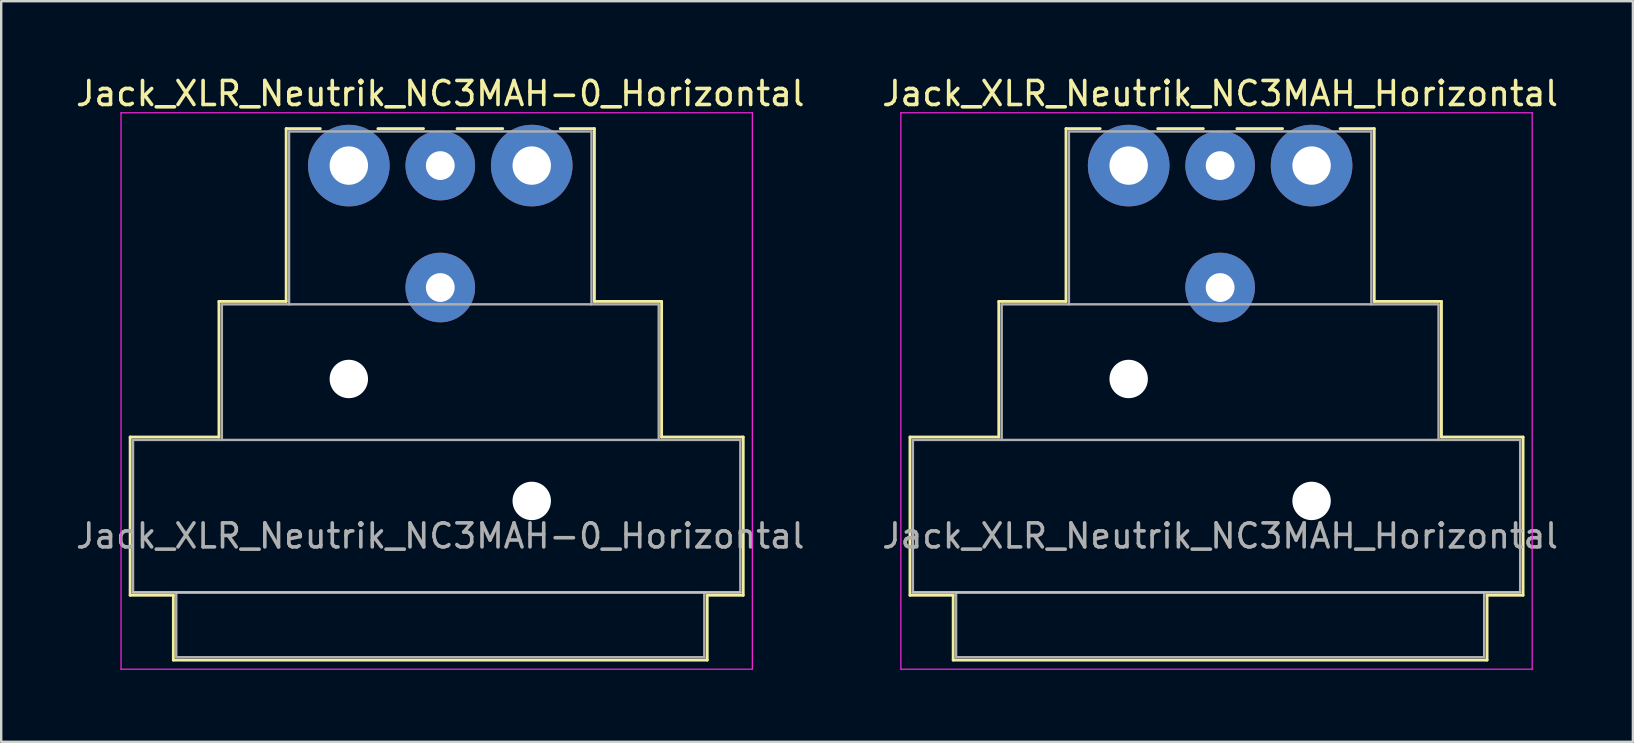
<source format=kicad_pcb>
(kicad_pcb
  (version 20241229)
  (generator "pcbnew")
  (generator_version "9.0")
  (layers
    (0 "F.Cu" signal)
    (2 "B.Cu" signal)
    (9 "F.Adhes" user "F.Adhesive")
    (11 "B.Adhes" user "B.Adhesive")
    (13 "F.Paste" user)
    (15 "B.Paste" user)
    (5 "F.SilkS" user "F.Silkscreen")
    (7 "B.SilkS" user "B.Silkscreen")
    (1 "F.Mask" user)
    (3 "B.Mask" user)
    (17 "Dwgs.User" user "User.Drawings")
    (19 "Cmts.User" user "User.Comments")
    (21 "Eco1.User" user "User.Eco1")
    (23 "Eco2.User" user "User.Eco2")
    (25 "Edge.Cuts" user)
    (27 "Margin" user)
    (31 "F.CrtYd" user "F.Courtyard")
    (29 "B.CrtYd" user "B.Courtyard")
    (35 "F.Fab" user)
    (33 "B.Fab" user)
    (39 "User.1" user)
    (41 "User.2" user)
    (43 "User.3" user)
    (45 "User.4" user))
  (footprint "Jack_XLR_Neutrik_NC3MAH_Horizontal"
    (layer "F.Cu")
    (at 43.97 3.848)
    (property "Reference" "Jack_XLR_Neutrik_NC3MAH_Horizontal" (at 3.81 -3 0) (layer "F.SilkS") (effects (font (size 1 1) (thickness 0.15))))
    (attr through_hole)
    (fp_line (start -9.11 11.31) (end -5.41 11.31) (stroke (width 0.12) (type solid)) (layer "F.SilkS"))
    (fp_line (start -9.11 17.9) (end -9.11 11.31) (stroke (width 0.12) (type solid)) (layer "F.SilkS"))
    (fp_line (start -7.31 17.9) (end -9.11 17.9) (stroke (width 0.12) (type solid)) (layer "F.SilkS"))
    (fp_line (start -7.31 17.9) (end -7.31 20.6) (stroke (width 0.12) (type solid)) (layer "F.SilkS"))
    (fp_line (start -5.41 11.31) (end -5.41 5.66) (stroke (width 0.12) (type solid)) (layer "F.SilkS"))
    (fp_line (start -2.61 5.66) (end -5.41 5.66) (stroke (width 0.12) (type solid)) (layer "F.SilkS"))
    (fp_line (start -2.61 5.66) (end -2.61 -1.54) (stroke (width 0.12) (type solid)) (layer "F.SilkS"))
    (fp_line (start -1.19 -1.54) (end -2.61 -1.54) (stroke (width 0.12) (type solid)) (layer "F.SilkS"))
    (fp_line (start 3.11 -1.54) (end 1.21 -1.54) (stroke (width 0.12) (type solid)) (layer "F.SilkS"))
    (fp_line (start 4.51 -1.54) (end 6.41 -1.54) (stroke (width 0.12) (type solid)) (layer "F.SilkS"))
    (fp_line (start 10.23 -1.54) (end 8.81 -1.54) (stroke (width 0.12) (type solid)) (layer "F.SilkS"))
    (fp_line (start 10.23 5.66) (end 10.23 -1.54) (stroke (width 0.12) (type solid)) (layer "F.SilkS"))
    (fp_line (start 10.23 5.66) (end 13.03 5.66) (stroke (width 0.12) (type solid)) (layer "F.SilkS"))
    (fp_line (start 13.03 11.31) (end 13.03 5.66) (stroke (width 0.12) (type solid)) (layer "F.SilkS"))
    (fp_line (start 13.03 11.31) (end 16.43 11.31) (stroke (width 0.12) (type solid)) (layer "F.SilkS"))
    (fp_line (start 14.93 17.9) (end 14.93 20.6) (stroke (width 0.12) (type solid)) (layer "F.SilkS"))
    (fp_line (start 14.93 20.6) (end -7.31 20.6) (stroke (width 0.12) (type solid)) (layer "F.SilkS"))
    (fp_line (start 16.43 17.9) (end 14.93 17.9) (stroke (width 0.12) (type solid)) (layer "F.SilkS"))
    (fp_line (start 16.43 17.9) (end 16.43 11.31) (stroke (width 0.12) (type solid)) (layer "F.SilkS"))
    (fp_line (start 16.31 17.78) (end -8.99 17.78) (stroke (width 0.1) (type solid)) (layer "Dwgs.User"))
    (fp_line (start -9.49 20.98) (end -9.49 -2.2) (stroke (width 0.05) (type solid)) (layer "F.CrtYd"))
    (fp_line (start 16.81 -2.2) (end -9.49 -2.2) (stroke (width 0.05) (type solid)) (layer "F.CrtYd"))
    (fp_line (start 16.81 20.98) (end -9.49 20.98) (stroke (width 0.05) (type solid)) (layer "F.CrtYd"))
    (fp_line (start 16.81 20.98) (end 16.81 -2.2) (stroke (width 0.05) (type solid)) (layer "F.CrtYd"))
    (fp_line (start -8.99 11.43) (end 16.31 11.43) (stroke (width 0.1) (type solid)) (layer "F.Fab"))
    (fp_line (start -8.99 17.78) (end -8.99 11.43) (stroke (width 0.1) (type solid)) (layer "F.Fab"))
    (fp_line (start -7.19 20.48) (end -7.19 17.78) (stroke (width 0.1) (type solid)) (layer "F.Fab"))
    (fp_line (start -5.29 5.78) (end -5.29 11.43) (stroke (width 0.1) (type solid)) (layer "F.Fab"))
    (fp_line (start -5.29 5.78) (end 12.91 5.78) (stroke (width 0.1) (type solid)) (layer "F.Fab"))
    (fp_line (start -2.49 5.78) (end -2.49 -1.42) (stroke (width 0.1) (type solid)) (layer "F.Fab"))
    (fp_line (start 10.11 -1.42) (end -2.49 -1.42) (stroke (width 0.1) (type solid)) (layer "F.Fab"))
    (fp_line (start 10.11 5.78) (end 10.11 -1.42) (stroke (width 0.1) (type solid)) (layer "F.Fab"))
    (fp_line (start 12.91 11.43) (end 12.91 5.78) (stroke (width 0.1) (type solid)) (layer "F.Fab"))
    (fp_line (start 14.81 17.78) (end 14.81 20.48) (stroke (width 0.1) (type solid)) (layer "F.Fab"))
    (fp_line (start 14.81 20.48) (end -7.19 20.48) (stroke (width 0.1) (type solid)) (layer "F.Fab"))
    (fp_line (start 16.31 11.43) (end 16.31 17.78) (stroke (width 0.1) (type solid)) (layer "F.Fab"))
    (fp_line (start 16.31 17.78) (end -8.99 17.78) (stroke (width 0.1) (type solid)) (layer "F.Fab"))
    (fp_text user "${REFERENCE}" (at 3.81 15.43 0) (layer "F.Fab") (effects (font (size 1 1) (thickness 0.15))))
    (pad "" np_thru_hole circle (at 0 8.89) (size 1.6 1.6) (drill 1.6) (layers "*.Cu" "*.Mask"))
    (pad "" np_thru_hole circle (at 7.62 13.97) (size 1.6 1.6) (drill 1.6) (layers "*.Cu" "*.Mask"))
    (pad "1" thru_hole circle (at 0 0) (size 3.4 3.4) (drill 1.6) (layers "*.Cu" "*.Mask"))
    (pad "2" thru_hole circle (at 7.62 0) (size 3.4 3.4) (drill 1.6) (layers "*.Cu" "*.Mask"))
    (pad "3" thru_hole circle (at 3.81 0) (size 2.9 2.9) (drill 1.2) (layers "*.Cu" "*.Mask"))
    (pad "G" thru_hole circle (at 3.81 5.08) (size 2.9 2.9) (drill 1.2) (layers "*.Cu" "*.Mask")))
  (footprint "Jack_XLR_Neutrik_NC3MAH-0_Horizontal"
    (layer "F.Cu")
    (at 11.482 3.848)
    (property "Reference" "Jack_XLR_Neutrik_NC3MAH-0_Horizontal" (at 3.81 -3 0) (layer "F.SilkS") (effects (font (size 1 1) (thickness 0.15))))
    (attr through_hole)
    (fp_line (start -9.11 11.31) (end -5.41 11.31) (stroke (width 0.12) (type solid)) (layer "F.SilkS"))
    (fp_line (start -9.11 17.9) (end -9.11 11.31) (stroke (width 0.12) (type solid)) (layer "F.SilkS"))
    (fp_line (start -7.31 17.9) (end -9.11 17.9) (stroke (width 0.12) (type solid)) (layer "F.SilkS"))
    (fp_line (start -7.31 17.9) (end -7.31 20.6) (stroke (width 0.12) (type solid)) (layer "F.SilkS"))
    (fp_line (start -5.41 11.31) (end -5.41 5.66) (stroke (width 0.12) (type solid)) (layer "F.SilkS"))
    (fp_line (start -2.61 5.66) (end -5.41 5.66) (stroke (width 0.12) (type solid)) (layer "F.SilkS"))
    (fp_line (start -2.61 5.66) (end -2.61 -1.54) (stroke (width 0.12) (type solid)) (layer "F.SilkS"))
    (fp_line (start -1.19 -1.54) (end -2.61 -1.54) (stroke (width 0.12) (type solid)) (layer "F.SilkS"))
    (fp_line (start 3.11 -1.54) (end 1.21 -1.54) (stroke (width 0.12) (type solid)) (layer "F.SilkS"))
    (fp_line (start 4.51 -1.54) (end 6.41 -1.54) (stroke (width 0.12) (type solid)) (layer "F.SilkS"))
    (fp_line (start 10.23 -1.54) (end 8.81 -1.54) (stroke (width 0.12) (type solid)) (layer "F.SilkS"))
    (fp_line (start 10.23 5.66) (end 10.23 -1.54) (stroke (width 0.12) (type solid)) (layer "F.SilkS"))
    (fp_line (start 10.23 5.66) (end 13.03 5.66) (stroke (width 0.12) (type solid)) (layer "F.SilkS"))
    (fp_line (start 13.03 11.31) (end 13.03 5.66) (stroke (width 0.12) (type solid)) (layer "F.SilkS"))
    (fp_line (start 13.03 11.31) (end 16.43 11.31) (stroke (width 0.12) (type solid)) (layer "F.SilkS"))
    (fp_line (start 14.93 17.9) (end 14.93 20.6) (stroke (width 0.12) (type solid)) (layer "F.SilkS"))
    (fp_line (start 14.93 20.6) (end -7.31 20.6) (stroke (width 0.12) (type solid)) (layer "F.SilkS"))
    (fp_line (start 16.43 17.9) (end 14.93 17.9) (stroke (width 0.12) (type solid)) (layer "F.SilkS"))
    (fp_line (start 16.43 17.9) (end 16.43 11.31) (stroke (width 0.12) (type solid)) (layer "F.SilkS"))
    (fp_line (start 16.31 17.78) (end -8.99 17.78) (stroke (width 0.1) (type solid)) (layer "Dwgs.User"))
    (fp_line (start -9.49 20.98) (end -9.49 -2.2) (stroke (width 0.05) (type solid)) (layer "F.CrtYd"))
    (fp_line (start 16.81 -2.2) (end -9.49 -2.2) (stroke (width 0.05) (type solid)) (layer "F.CrtYd"))
    (fp_line (start 16.81 20.98) (end -9.49 20.98) (stroke (width 0.05) (type solid)) (layer "F.CrtYd"))
    (fp_line (start 16.81 20.98) (end 16.81 -2.2) (stroke (width 0.05) (type solid)) (layer "F.CrtYd"))
    (fp_line (start -8.99 11.43) (end 16.31 11.43) (stroke (width 0.1) (type solid)) (layer "F.Fab"))
    (fp_line (start -8.99 17.78) (end -8.99 11.43) (stroke (width 0.1) (type solid)) (layer "F.Fab"))
    (fp_line (start -7.19 20.48) (end -7.19 17.78) (stroke (width 0.1) (type solid)) (layer "F.Fab"))
    (fp_line (start -5.29 5.78) (end -5.29 11.43) (stroke (width 0.1) (type solid)) (layer "F.Fab"))
    (fp_line (start -5.29 5.78) (end 12.91 5.78) (stroke (width 0.1) (type solid)) (layer "F.Fab"))
    (fp_line (start -2.49 5.78) (end -2.49 -1.42) (stroke (width 0.1) (type solid)) (layer "F.Fab"))
    (fp_line (start 10.11 -1.42) (end -2.49 -1.42) (stroke (width 0.1) (type solid)) (layer "F.Fab"))
    (fp_line (start 10.11 5.78) (end 10.11 -1.42) (stroke (width 0.1) (type solid)) (layer "F.Fab"))
    (fp_line (start 12.91 11.43) (end 12.91 5.78) (stroke (width 0.1) (type solid)) (layer "F.Fab"))
    (fp_line (start 14.81 17.78) (end 14.81 20.48) (stroke (width 0.1) (type solid)) (layer "F.Fab"))
    (fp_line (start 14.81 20.48) (end -7.19 20.48) (stroke (width 0.1) (type solid)) (layer "F.Fab"))
    (fp_line (start 16.31 11.43) (end 16.31 17.78) (stroke (width 0.1) (type solid)) (layer "F.Fab"))
    (fp_line (start 16.31 17.78) (end -8.99 17.78) (stroke (width 0.1) (type solid)) (layer "F.Fab"))
    (fp_text user "${REFERENCE}" (at 3.81 15.43 0) (layer "F.Fab") (effects (font (size 1 1) (thickness 0.15))))
    (pad "" np_thru_hole circle (at 0 8.89) (size 1.6 1.6) (drill 1.6) (layers "*.Cu" "*.Mask"))
    (pad "" np_thru_hole circle (at 7.62 13.97) (size 1.6 1.6) (drill 1.6) (layers "*.Cu" "*.Mask"))
    (pad "1" thru_hole circle (at 0 0) (size 3.4 3.4) (drill 1.6) (layers "*.Cu" "*.Mask"))
    (pad "2" thru_hole circle (at 7.62 0) (size 3.4 3.4) (drill 1.6) (layers "*.Cu" "*.Mask"))
    (pad "3" thru_hole circle (at 3.81 0) (size 2.9 2.9) (drill 1.2) (layers "*.Cu" "*.Mask"))
    (pad "G" thru_hole circle (at 3.81 5.08) (size 2.9 2.9) (drill 1.2) (layers "*.Cu" "*.Mask")))
  (gr_rect
    (start -3 -3)
    (end 64.976 27.853)
    (stroke (width 0.1) (type default))
    (fill no)
    (layer "Edge.Cuts")))
</source>
